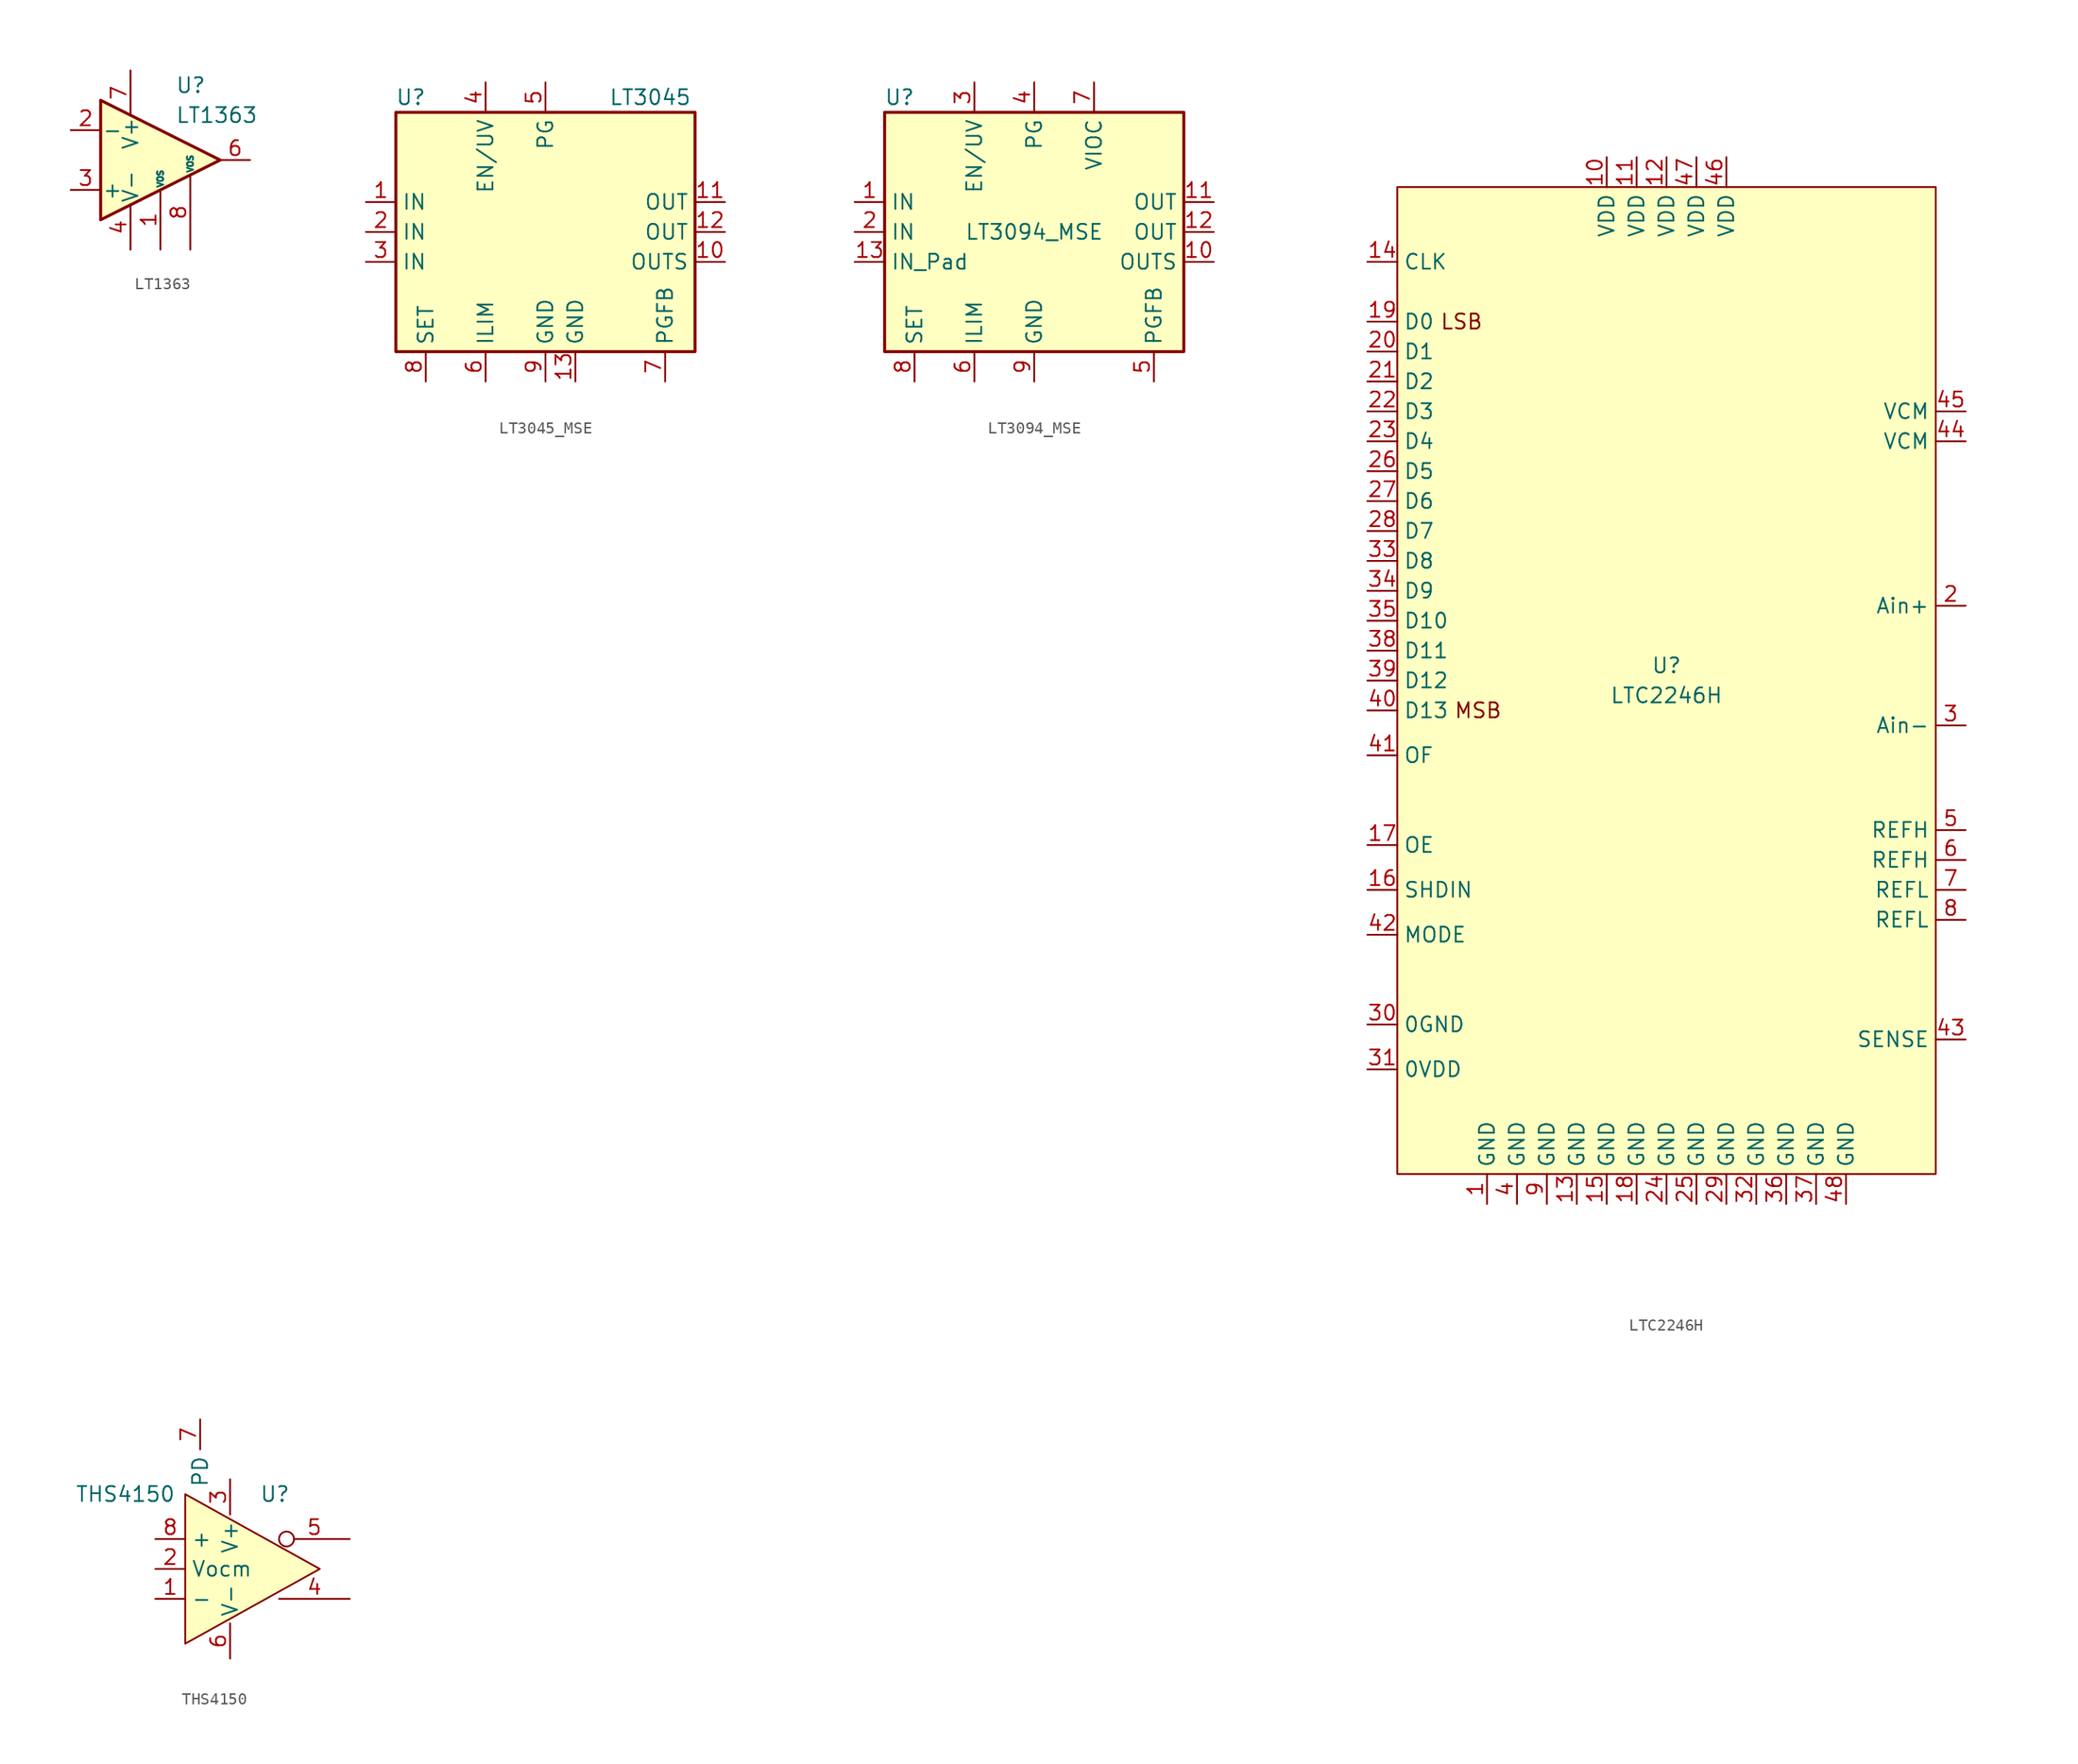
<source format=kicad_sym>
(kicad_symbol_lib
  (version 20220914)
  (generator kicad_symbol_editor)
  (symbol "LT1363"
    (pin_names
      (offset 0.127))
    (property "Reference" "U"
      (at 1.27 6.35 0)
      (effects (font (size 1.27 1.27)) (justify left)))
    (property "Value" "LT1363"
      (at 1.27 3.81 0)
      (effects (font (size 1.27 1.27)) (justify left)))
    (symbol "LT1363_0_1"
      (polyline (pts (xy -5.08 5.08) (xy 5.08 0) (xy -5.08 -5.08) (xy -5.08 5.08)) (stroke (width 0.254) (type default)) (fill (type background))))
    (symbol "LT1363_1_1"
      (pin input line (at 0 -7.62 90) (length 5.08) (name "VOS" (effects (font (size 0.508 0.508)))) (number "1" (effects (font (size 1.27 1.27)))))
      (pin input line (at -7.62 2.54 0) (length 2.54) (name "-" (effects (font (size 1.27 1.27)))) (number "2" (effects (font (size 1.27 1.27)))))
      (pin input line (at -7.62 -2.54 0) (length 2.54) (name "+" (effects (font (size 1.27 1.27)))) (number "3" (effects (font (size 1.27 1.27)))))
      (pin power_in line (at -2.54 -7.62 90) (length 3.81) (name "V-" (effects (font (size 1.27 1.27)))) (number "4" (effects (font (size 1.27 1.27)))))
      (pin no_connect line (at 0 2.54 270) (length 2.54) hide (name "NC" (effects (font (size 1.27 1.27)))) (number "5" (effects (font (size 1.27 1.27)))))
      (pin output line (at 7.62 0 180) (length 2.54) (name "~" (effects (font (size 1.27 1.27)))) (number "6" (effects (font (size 1.27 1.27)))))
      (pin power_in line (at -2.54 7.62 270) (length 3.81) (name "V+" (effects (font (size 1.27 1.27)))) (number "7" (effects (font (size 1.27 1.27)))))
      (pin input line (at 2.54 -7.62 90) (length 6.35) (name "VOS" (effects (font (size 0.508 0.508)))) (number "8" (effects (font (size 1.27 1.27)))))))
  (symbol "LT3045_MSE"
    (property "Reference" "U"
      (at -11.43 11.43 0)
      (effects (font (size 1.27 1.27))))
    (property "Value" "LT3045"
      (at 8.89 11.43 0)
      (effects (font (size 1.27 1.27))))
    (symbol "LT3045_MSE_0_1"
      (rectangle (start -12.7 10.16) (end 12.7 -10.16) (stroke (width 0.254) (type default)) (fill (type background))))
    (symbol "LT3045_MSE_1_1"
      (pin power_in line (at -15.24 2.54 0) (length 2.54) (name "IN" (effects (font (size 1.27 1.27)))) (number "1" (effects (font (size 1.27 1.27)))))
      (pin input line (at 15.24 -2.54 180) (length 2.54) (name "OUTS" (effects (font (size 1.27 1.27)))) (number "10" (effects (font (size 1.27 1.27)))))
      (pin power_out line (at 15.24 2.54 180) (length 2.54) (name "OUT" (effects (font (size 1.27 1.27)))) (number "11" (effects (font (size 1.27 1.27)))))
      (pin power_out line (at 15.24 0 180) (length 2.54) (name "OUT" (effects (font (size 1.27 1.27)))) (number "12" (effects (font (size 1.27 1.27)))))
      (pin power_in line (at 2.54 -12.7 90) (length 2.54) (name "GND" (effects (font (size 1.27 1.27)))) (number "13" (effects (font (size 1.27 1.27)))))
      (pin power_in line (at -15.24 0 0) (length 2.54) (name "IN" (effects (font (size 1.27 1.27)))) (number "2" (effects (font (size 1.27 1.27)))))
      (pin power_in line (at -15.24 -2.54 0) (length 2.54) (name "IN" (effects (font (size 1.27 1.27)))) (number "3" (effects (font (size 1.27 1.27)))))
      (pin input line (at -5.08 12.7 270) (length 2.54) (name "EN/UV" (effects (font (size 1.27 1.27)))) (number "4" (effects (font (size 1.27 1.27)))))
      (pin open_collector line (at 0 12.7 270) (length 2.54) (name "PG" (effects (font (size 1.27 1.27)))) (number "5" (effects (font (size 1.27 1.27)))))
      (pin passive line (at -5.08 -12.7 90) (length 2.54) (name "ILIM" (effects (font (size 1.27 1.27)))) (number "6" (effects (font (size 1.27 1.27)))))
      (pin input line (at 10.16 -12.7 90) (length 2.54) (name "PGFB" (effects (font (size 1.27 1.27)))) (number "7" (effects (font (size 1.27 1.27)))))
      (pin passive line (at -10.16 -12.7 90) (length 2.54) (name "SET" (effects (font (size 1.27 1.27)))) (number "8" (effects (font (size 1.27 1.27)))))
      (pin power_in line (at 0 -12.7 90) (length 2.54) (name "GND" (effects (font (size 1.27 1.27)))) (number "9" (effects (font (size 1.27 1.27)))))))
  (symbol "LT3094_MSE"
    (property "Reference" "U"
      (at -11.43 11.43 0)
      (effects (font (size 1.27 1.27))))
    (property "Value" "LT3094_MSE"
      (at 0 0 0)
      (effects (font (size 1.27 1.27))))
    (symbol "LT3094_MSE_0_1"
      (rectangle (start -12.7 10.16) (end 12.7 -10.16) (stroke (width 0.254) (type default)) (fill (type background))))
    (symbol "LT3094_MSE_1_1"
      (pin power_in line (at -15.24 2.54 0) (length 2.54) (name "IN" (effects (font (size 1.27 1.27)))) (number "1" (effects (font (size 1.27 1.27)))))
      (pin input line (at 15.24 -2.54 180) (length 2.54) (name "OUTS" (effects (font (size 1.27 1.27)))) (number "10" (effects (font (size 1.27 1.27)))))
      (pin power_out line (at 15.24 2.54 180) (length 2.54) (name "OUT" (effects (font (size 1.27 1.27)))) (number "11" (effects (font (size 1.27 1.27)))))
      (pin power_out line (at 15.24 0 180) (length 2.54) (name "OUT" (effects (font (size 1.27 1.27)))) (number "12" (effects (font (size 1.27 1.27)))))
      (pin power_in line (at -15.24 -2.54 0) (length 2.54) (name "IN_Pad" (effects (font (size 1.27 1.27)))) (number "13" (effects (font (size 1.27 1.27)))))
      (pin power_in line (at -15.24 0 0) (length 2.54) (name "IN" (effects (font (size 1.27 1.27)))) (number "2" (effects (font (size 1.27 1.27)))))
      (pin input line (at -5.08 12.7 270) (length 2.54) (name "EN/UV" (effects (font (size 1.27 1.27)))) (number "3" (effects (font (size 1.27 1.27)))))
      (pin open_collector line (at 0 12.7 270) (length 2.54) (name "PG" (effects (font (size 1.27 1.27)))) (number "4" (effects (font (size 1.27 1.27)))))
      (pin input line (at 10.16 -12.7 90) (length 2.54) (name "PGFB" (effects (font (size 1.27 1.27)))) (number "5" (effects (font (size 1.27 1.27)))))
      (pin passive line (at -5.08 -12.7 90) (length 2.54) (name "ILIM" (effects (font (size 1.27 1.27)))) (number "6" (effects (font (size 1.27 1.27)))))
      (pin output line (at 5.08 12.7 270) (length 2.54) (name "VIOC" (effects (font (size 1.27 1.27)))) (number "7" (effects (font (size 1.27 1.27)))))
      (pin passive line (at -10.16 -12.7 90) (length 2.54) (name "SET" (effects (font (size 1.27 1.27)))) (number "8" (effects (font (size 1.27 1.27)))))
      (pin power_in line (at 0 -12.7 90) (length 2.54) (name "GND" (effects (font (size 1.27 1.27)))) (number "9" (effects (font (size 1.27 1.27)))))))
  (symbol "LTC2246H"
    (property "Reference" "U"
      (at 0 0 0)
      (effects (font (size 1.27 1.27))))
    (property "Value" "LTC2246H"
      (at 0 -2.54 0)
      (effects (font (size 1.27 1.27))))
    (symbol "LTC2246H_0_0"
      (pin power_in line (at -15.24 -45.72 90) (length 2.54) (name "GND" (effects (font (size 1.27 1.27)))) (number "1" (effects (font (size 1.27 1.27)))))
      (pin power_in line (at -5.08 43.18 270) (length 2.54) (name "VDD" (effects (font (size 1.27 1.27)))) (number "10" (effects (font (size 1.27 1.27)))))
      (pin power_in line (at -2.54 43.18 270) (length 2.54) (name "VDD" (effects (font (size 1.27 1.27)))) (number "11" (effects (font (size 1.27 1.27)))))
      (pin power_in line (at 0 43.18 270) (length 2.54) (name "VDD" (effects (font (size 1.27 1.27)))) (number "12" (effects (font (size 1.27 1.27)))))
      (pin power_in line (at -7.62 -45.72 90) (length 2.54) (name "GND" (effects (font (size 1.27 1.27)))) (number "13" (effects (font (size 1.27 1.27)))))
      (pin input line (at -25.4 34.29 0) (length 2.54) (name "CLK" (effects (font (size 1.27 1.27)))) (number "14" (effects (font (size 1.27 1.27)))))
      (pin power_in line (at -5.08 -45.72 90) (length 2.54) (name "GND" (effects (font (size 1.27 1.27)))) (number "15" (effects (font (size 1.27 1.27)))))
      (pin input line (at -25.4 -19.05 0) (length 2.54) (name "SHDIN" (effects (font (size 1.27 1.27)))) (number "16" (effects (font (size 1.27 1.27)))))
      (pin input line (at -25.4 -15.24 0) (length 2.54) (name "OE" (effects (font (size 1.27 1.27)))) (number "17" (effects (font (size 1.27 1.27)))))
      (pin power_in line (at -2.54 -45.72 90) (length 2.54) (name "GND" (effects (font (size 1.27 1.27)))) (number "18" (effects (font (size 1.27 1.27)))))
      (pin output line (at -25.4 29.21 0) (length 2.54) (name "D0" (effects (font (size 1.27 1.27)))) (number "19" (effects (font (size 1.27 1.27)))))
      (pin input line (at 25.4 5.08 180) (length 2.54) (name "Ain+" (effects (font (size 1.27 1.27)))) (number "2" (effects (font (size 1.27 1.27)))))
      (pin output line (at -25.4 26.67 0) (length 2.54) (name "D1" (effects (font (size 1.27 1.27)))) (number "20" (effects (font (size 1.27 1.27)))))
      (pin output line (at -25.4 24.13 0) (length 2.54) (name "D2" (effects (font (size 1.27 1.27)))) (number "21" (effects (font (size 1.27 1.27)))))
      (pin output line (at -25.4 21.59 0) (length 2.54) (name "D3" (effects (font (size 1.27 1.27)))) (number "22" (effects (font (size 1.27 1.27)))))
      (pin output line (at -25.4 19.05 0) (length 2.54) (name "D4" (effects (font (size 1.27 1.27)))) (number "23" (effects (font (size 1.27 1.27)))))
      (pin power_in line (at 0 -45.72 90) (length 2.54) (name "GND" (effects (font (size 1.27 1.27)))) (number "24" (effects (font (size 1.27 1.27)))))
      (pin power_in line (at 2.54 -45.72 90) (length 2.54) (name "GND" (effects (font (size 1.27 1.27)))) (number "25" (effects (font (size 1.27 1.27)))))
      (pin output line (at -25.4 16.51 0) (length 2.54) (name "D5" (effects (font (size 1.27 1.27)))) (number "26" (effects (font (size 1.27 1.27)))))
      (pin output line (at -25.4 13.97 0) (length 2.54) (name "D6" (effects (font (size 1.27 1.27)))) (number "27" (effects (font (size 1.27 1.27)))))
      (pin output line (at -25.4 11.43 0) (length 2.54) (name "D7" (effects (font (size 1.27 1.27)))) (number "28" (effects (font (size 1.27 1.27)))))
      (pin power_in line (at 5.08 -45.72 90) (length 2.54) (name "GND" (effects (font (size 1.27 1.27)))) (number "29" (effects (font (size 1.27 1.27)))))
      (pin input line (at 25.4 -5.08 180) (length 2.54) (name "Ain-" (effects (font (size 1.27 1.27)))) (number "3" (effects (font (size 1.27 1.27)))))
      (pin power_in line (at -25.4 -30.48 0) (length 2.54) (name "0GND" (effects (font (size 1.27 1.27)))) (number "30" (effects (font (size 1.27 1.27)))))
      (pin passive line (at -25.4 -34.29 0) (length 2.54) (name "0VDD" (effects (font (size 1.27 1.27)))) (number "31" (effects (font (size 1.27 1.27)))))
      (pin power_in line (at 7.62 -45.72 90) (length 2.54) (name "GND" (effects (font (size 1.27 1.27)))) (number "32" (effects (font (size 1.27 1.27)))))
      (pin output line (at -25.4 8.89 0) (length 2.54) (name "D8" (effects (font (size 1.27 1.27)))) (number "33" (effects (font (size 1.27 1.27)))))
      (pin output line (at -25.4 6.35 0) (length 2.54) (name "D9" (effects (font (size 1.27 1.27)))) (number "34" (effects (font (size 1.27 1.27)))))
      (pin output line (at -25.4 3.81 0) (length 2.54) (name "D10" (effects (font (size 1.27 1.27)))) (number "35" (effects (font (size 1.27 1.27)))))
      (pin power_in line (at 10.16 -45.72 90) (length 2.54) (name "GND" (effects (font (size 1.27 1.27)))) (number "36" (effects (font (size 1.27 1.27)))))
      (pin power_in line (at 12.7 -45.72 90) (length 2.54) (name "GND" (effects (font (size 1.27 1.27)))) (number "37" (effects (font (size 1.27 1.27)))))
      (pin output line (at -25.4 1.27 0) (length 2.54) (name "D11" (effects (font (size 1.27 1.27)))) (number "38" (effects (font (size 1.27 1.27)))))
      (pin output line (at -25.4 -1.27 0) (length 2.54) (name "D12" (effects (font (size 1.27 1.27)))) (number "39" (effects (font (size 1.27 1.27)))))
      (pin power_in line (at -12.7 -45.72 90) (length 2.54) (name "GND" (effects (font (size 1.27 1.27)))) (number "4" (effects (font (size 1.27 1.27)))))
      (pin output line (at -25.4 -3.81 0) (length 2.54) (name "D13" (effects (font (size 1.27 1.27)))) (number "40" (effects (font (size 1.27 1.27)))))
      (pin output line (at -25.4 -7.62 0) (length 2.54) (name "OF" (effects (font (size 1.27 1.27)))) (number "41" (effects (font (size 1.27 1.27)))))
      (pin input line (at -25.4 -22.86 0) (length 2.54) (name "MODE" (effects (font (size 1.27 1.27)))) (number "42" (effects (font (size 1.27 1.27)))))
      (pin input line (at 25.4 -31.75 180) (length 2.54) (name "SENSE" (effects (font (size 1.27 1.27)))) (number "43" (effects (font (size 1.27 1.27)))))
      (pin output line (at 25.4 19.05 180) (length 2.54) (name "VCM" (effects (font (size 1.27 1.27)))) (number "44" (effects (font (size 1.27 1.27)))))
      (pin output line (at 25.4 21.59 180) (length 2.54) (name "VCM" (effects (font (size 1.27 1.27)))) (number "45" (effects (font (size 1.27 1.27)))))
      (pin power_in line (at 5.08 43.18 270) (length 2.54) (name "VDD" (effects (font (size 1.27 1.27)))) (number "46" (effects (font (size 1.27 1.27)))))
      (pin power_in line (at 2.54 43.18 270) (length 2.54) (name "VDD" (effects (font (size 1.27 1.27)))) (number "47" (effects (font (size 1.27 1.27)))))
      (pin power_in line (at 15.24 -45.72 90) (length 2.54) (name "GND" (effects (font (size 1.27 1.27)))) (number "48" (effects (font (size 1.27 1.27)))))
      (pin passive line (at 25.4 -13.97 180) (length 2.54) (name "REFH" (effects (font (size 1.27 1.27)))) (number "5" (effects (font (size 1.27 1.27)))))
      (pin passive line (at 25.4 -16.51 180) (length 2.54) (name "REFH" (effects (font (size 1.27 1.27)))) (number "6" (effects (font (size 1.27 1.27)))))
      (pin passive line (at 25.4 -19.05 180) (length 2.54) (name "REFL" (effects (font (size 1.27 1.27)))) (number "7" (effects (font (size 1.27 1.27)))))
      (pin passive line (at 25.4 -21.59 180) (length 2.54) (name "REFL" (effects (font (size 1.27 1.27)))) (number "8" (effects (font (size 1.27 1.27)))))
      (pin power_in line (at -10.16 -45.72 90) (length 2.54) (name "GND" (effects (font (size 1.27 1.27)))) (number "9" (effects (font (size 1.27 1.27))))))
    (symbol "LTC2246H_1_1"
      (rectangle (start -22.86 40.64) (end 22.86 -43.18) (stroke (width 0) (type default)) (fill (type background)))
      (text "LSB" (at -17.399 29.21 0) (effects (font (size 1.27 1.27))))
      (text "MSB" (at -16.002 -3.81 0) (effects (font (size 1.27 1.27))))))
  (symbol "THS4150"
    (property "Reference" "U"
      (at 5.08 6.35 0)
      (effects (font (size 1.27 1.27))))
    (property "Value" "THS4150"
      (at -7.62 6.35 0)
      (effects (font (size 1.27 1.27))))
    (symbol "THS4150_1_0"
      (pin input line (at -5.08 -2.54 0) (length 2.54) (name "-" (effects (font (size 1.27 1.27)))) (number "1" (effects (font (size 1.27 1.27)))))
      (pin input line (at -5.08 0 0) (length 2.54) (name "Vocm" (effects (font (size 1.27 1.27)))) (number "2" (effects (font (size 1.27 1.27)))))
      (pin power_in line (at 1.27 7.62 270) (length 3) (name "V+" (effects (font (size 1.27 1.27)))) (number "3" (effects (font (size 1.27 1.27)))))
      (pin output line (at 11.43 -2.54 180) (length 6) (name "Vout+" (effects (font (size 0 0)))) (number "4" (effects (font (size 1.27 1.27)))))
      (pin output inverted (at 11.43 2.54 180) (length 6) (name "Vout-" (effects (font (size 0 0)))) (number "5" (effects (font (size 1.27 1.27)))))
      (pin power_in line (at 1.27 -7.62 90) (length 3) (name "V-" (effects (font (size 1.27 1.27)))) (number "6" (effects (font (size 1.27 1.27)))))
      (pin input line (at -1.27 12.7 270) (length 2.54) (name "PD" (effects (font (size 1.27 1.27)))) (number "7" (effects (font (size 1.27 1.27)))))
      (pin input line (at -5.08 2.54 0) (length 2.54) (name "+" (effects (font (size 1.27 1.27)))) (number "8" (effects (font (size 1.27 1.27))))))
    (symbol "THS4150_1_1"
      (polyline (pts (xy -2.54 6.35) (xy -2.54 -6.35) (xy 8.89 0) (xy -2.54 6.35)) (stroke (width 0) (type default)) (fill (type background))))))
</source>
